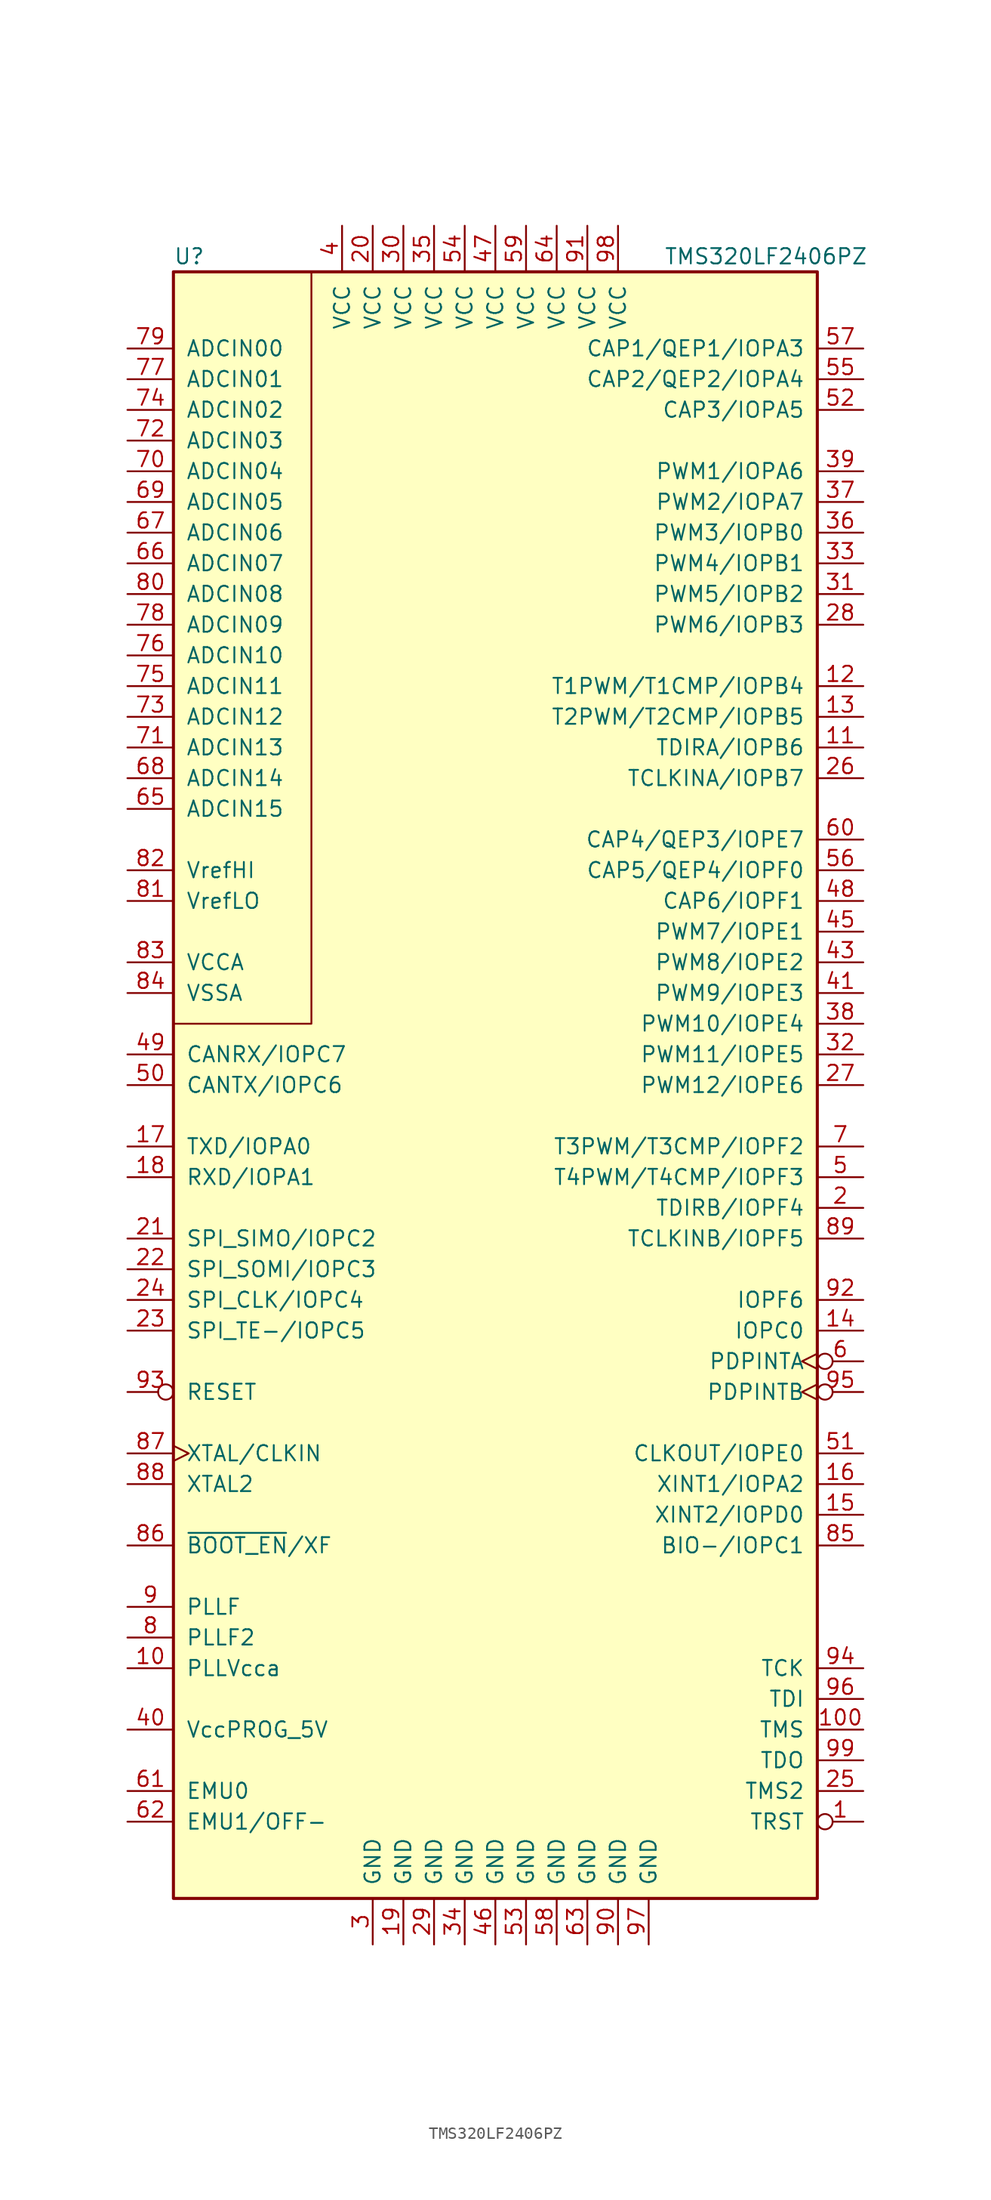
<source format=kicad_sym>
(kicad_symbol_lib
  (version 20201005)
  (generator kicad_symbol_editor)
  (symbol "DSP_Texas:TMS320LF2406PZ"
    (pin_names
      (offset 1.016))
    (property "Reference" "U"
      (at -26.67 66.04 0)
      (effects (font (size 1.27 1.27)) (justify left)))
    (property "Value" "TMS320LF2406PZ"
      (at 13.97 66.04 0)
      (effects (font (size 1.27 1.27)) (justify left)))
    (symbol "TMS320LF2406PZ_0_1"
      (rectangle (start -26.67 64.77) (end 26.67 -69.85) (stroke (width 0.254)) (fill (type background)))
      (polyline (pts (xy -15.24 64.77) (xy -15.24 2.54) (xy -22.86 2.54) (xy -26.67 2.54)) (stroke (width 0)) (fill (type none))))
    (symbol "TMS320LF2406PZ_1_1"
      (pin input inverted (at 30.48 -63.5 180) (length 3.81) (name "TRST" (effects (font (size 1.27 1.27)))) (number "1" (effects (font (size 1.27 1.27)))))
      (pin bidirectional line (at 30.48 -12.7 180) (length 3.81) (name "TDIRB/IOPF4" (effects (font (size 1.27 1.27)))) (number "2" (effects (font (size 1.27 1.27)))))
      (pin power_in line (at -10.16 -73.66 90) (length 3.81) (name "GND" (effects (font (size 1.27 1.27)))) (number "3" (effects (font (size 1.27 1.27)))))
      (pin power_in line (at -12.7 68.58 270) (length 3.81) (name "VCC" (effects (font (size 1.27 1.27)))) (number "4" (effects (font (size 1.27 1.27)))))
      (pin bidirectional line (at 30.48 -10.16 180) (length 3.81) (name "T4PWM/T4CMP/IOPF3" (effects (font (size 1.27 1.27)))) (number "5" (effects (font (size 1.27 1.27)))))
      (pin input inverted_clock (at 30.48 -25.4 180) (length 3.81) (name "PDPINTA" (effects (font (size 1.27 1.27)))) (number "6" (effects (font (size 1.27 1.27)))))
      (pin bidirectional line (at 30.48 -7.62 180) (length 3.81) (name "T3PWM/T3CMP/IOPF2" (effects (font (size 1.27 1.27)))) (number "7" (effects (font (size 1.27 1.27)))))
      (pin passive line (at -30.48 -48.26 0) (length 3.81) (name "PLLF2" (effects (font (size 1.27 1.27)))) (number "8" (effects (font (size 1.27 1.27)))))
      (pin passive line (at -30.48 -45.72 0) (length 3.81) (name "PLLF" (effects (font (size 1.27 1.27)))) (number "9" (effects (font (size 1.27 1.27)))))
      (pin passive line (at -30.48 -50.8 0) (length 3.81) (name "PLLVcca" (effects (font (size 1.27 1.27)))) (number "10" (effects (font (size 1.27 1.27)))))
      (pin power_in line (at -10.16 68.58 270) (length 3.81) (name "VCC" (effects (font (size 1.27 1.27)))) (number "20" (effects (font (size 1.27 1.27)))))
      (pin power_in line (at -7.62 68.58 270) (length 3.81) (name "VCC" (effects (font (size 1.27 1.27)))) (number "30" (effects (font (size 1.27 1.27)))))
      (pin passive line (at -30.48 -55.88 0) (length 3.81) (name "VccPROG_5V" (effects (font (size 1.27 1.27)))) (number "40" (effects (font (size 1.27 1.27)))))
      (pin bidirectional line (at -30.48 -2.54 0) (length 3.81) (name "CANTX/IOPC6" (effects (font (size 1.27 1.27)))) (number "50" (effects (font (size 1.27 1.27)))))
      (pin bidirectional line (at 30.48 17.78 180) (length 3.81) (name "CAP4/QEP3/IOPE7" (effects (font (size 1.27 1.27)))) (number "60" (effects (font (size 1.27 1.27)))))
      (pin input line (at -30.48 48.26 0) (length 3.81) (name "ADCIN04" (effects (font (size 1.27 1.27)))) (number "70" (effects (font (size 1.27 1.27)))))
      (pin input line (at -30.48 38.1 0) (length 3.81) (name "ADCIN08" (effects (font (size 1.27 1.27)))) (number "80" (effects (font (size 1.27 1.27)))))
      (pin power_in line (at 10.16 -73.66 90) (length 3.81) (name "GND" (effects (font (size 1.27 1.27)))) (number "90" (effects (font (size 1.27 1.27)))))
      (pin bidirectional line (at 30.48 25.4 180) (length 3.81) (name "TDIRA/IOPB6" (effects (font (size 1.27 1.27)))) (number "11" (effects (font (size 1.27 1.27)))))
      (pin bidirectional line (at -30.48 -15.24 0) (length 3.81) (name "SPI_SIMO/IOPC2" (effects (font (size 1.27 1.27)))) (number "21" (effects (font (size 1.27 1.27)))))
      (pin bidirectional line (at 30.48 38.1 180) (length 3.81) (name "PWM5/IOPB2" (effects (font (size 1.27 1.27)))) (number "31" (effects (font (size 1.27 1.27)))))
      (pin bidirectional line (at 30.48 5.08 180) (length 3.81) (name "PWM9/IOPE3" (effects (font (size 1.27 1.27)))) (number "41" (effects (font (size 1.27 1.27)))))
      (pin bidirectional line (at 30.48 -33.02 180) (length 3.81) (name "CLKOUT/IOPE0" (effects (font (size 1.27 1.27)))) (number "51" (effects (font (size 1.27 1.27)))))
      (pin bidirectional line (at -30.48 -60.96 0) (length 3.81) (name "EMU0" (effects (font (size 1.27 1.27)))) (number "61" (effects (font (size 1.27 1.27)))))
      (pin input line (at -30.48 25.4 0) (length 3.81) (name "ADCIN13" (effects (font (size 1.27 1.27)))) (number "71" (effects (font (size 1.27 1.27)))))
      (pin passive line (at -30.48 12.7 0) (length 3.81) (name "VrefLO" (effects (font (size 1.27 1.27)))) (number "81" (effects (font (size 1.27 1.27)))))
      (pin power_in line (at 7.62 68.58 270) (length 3.81) (name "VCC" (effects (font (size 1.27 1.27)))) (number "91" (effects (font (size 1.27 1.27)))))
      (pin bidirectional line (at 30.48 30.48 180) (length 3.81) (name "T1PWM/T1CMP/IOPB4" (effects (font (size 1.27 1.27)))) (number "12" (effects (font (size 1.27 1.27)))))
      (pin bidirectional line (at -30.48 -17.78 0) (length 3.81) (name "SPI_SOMI/IOPC3" (effects (font (size 1.27 1.27)))) (number "22" (effects (font (size 1.27 1.27)))))
      (pin bidirectional line (at 30.48 0 180) (length 3.81) (name "PWM11/IOPE5" (effects (font (size 1.27 1.27)))) (number "32" (effects (font (size 1.27 1.27)))))
      (pin bidirectional line (at 30.48 53.34 180) (length 3.81) (name "CAP3/IOPA5" (effects (font (size 1.27 1.27)))) (number "52" (effects (font (size 1.27 1.27)))))
      (pin bidirectional line (at -30.48 -63.5 0) (length 3.81) (name "EMU1/OFF-" (effects (font (size 1.27 1.27)))) (number "62" (effects (font (size 1.27 1.27)))))
      (pin input line (at -30.48 50.8 0) (length 3.81) (name "ADCIN03" (effects (font (size 1.27 1.27)))) (number "72" (effects (font (size 1.27 1.27)))))
      (pin passive line (at -30.48 15.24 0) (length 3.81) (name "VrefHI" (effects (font (size 1.27 1.27)))) (number "82" (effects (font (size 1.27 1.27)))))
      (pin bidirectional line (at 30.48 -20.32 180) (length 3.81) (name "IOPF6" (effects (font (size 1.27 1.27)))) (number "92" (effects (font (size 1.27 1.27)))))
      (pin bidirectional line (at 30.48 27.94 180) (length 3.81) (name "T2PWM/T2CMP/IOPB5" (effects (font (size 1.27 1.27)))) (number "13" (effects (font (size 1.27 1.27)))))
      (pin bidirectional line (at -30.48 -22.86 0) (length 3.81) (name "SPI_TE-/IOPC5" (effects (font (size 1.27 1.27)))) (number "23" (effects (font (size 1.27 1.27)))))
      (pin bidirectional line (at 30.48 40.64 180) (length 3.81) (name "PWM4/IOPB1" (effects (font (size 1.27 1.27)))) (number "33" (effects (font (size 1.27 1.27)))))
      (pin bidirectional line (at 30.48 7.62 180) (length 3.81) (name "PWM8/IOPE2" (effects (font (size 1.27 1.27)))) (number "43" (effects (font (size 1.27 1.27)))))
      (pin power_in line (at 2.54 -73.66 90) (length 3.81) (name "GND" (effects (font (size 1.27 1.27)))) (number "53" (effects (font (size 1.27 1.27)))))
      (pin power_in line (at 7.62 -73.66 90) (length 3.81) (name "GND" (effects (font (size 1.27 1.27)))) (number "63" (effects (font (size 1.27 1.27)))))
      (pin input line (at -30.48 27.94 0) (length 3.81) (name "ADCIN12" (effects (font (size 1.27 1.27)))) (number "73" (effects (font (size 1.27 1.27)))))
      (pin power_in line (at -30.48 7.62 0) (length 3.81) (name "VCCA" (effects (font (size 1.27 1.27)))) (number "83" (effects (font (size 1.27 1.27)))))
      (pin input inverted (at -30.48 -27.94 0) (length 3.81) (name "RESET" (effects (font (size 1.27 1.27)))) (number "93" (effects (font (size 1.27 1.27)))))
      (pin bidirectional line (at 30.48 -22.86 180) (length 3.81) (name "IOPC0" (effects (font (size 1.27 1.27)))) (number "14" (effects (font (size 1.27 1.27)))))
      (pin bidirectional line (at -30.48 -20.32 0) (length 3.81) (name "SPI_CLK/IOPC4" (effects (font (size 1.27 1.27)))) (number "24" (effects (font (size 1.27 1.27)))))
      (pin power_in line (at -2.54 -73.66 90) (length 3.81) (name "GND" (effects (font (size 1.27 1.27)))) (number "34" (effects (font (size 1.27 1.27)))))
      (pin power_in line (at -2.54 68.58 270) (length 3.81) (name "VCC" (effects (font (size 1.27 1.27)))) (number "54" (effects (font (size 1.27 1.27)))))
      (pin power_in line (at 5.08 68.58 270) (length 3.81) (name "VCC" (effects (font (size 1.27 1.27)))) (number "64" (effects (font (size 1.27 1.27)))))
      (pin input line (at -30.48 53.34 0) (length 3.81) (name "ADCIN02" (effects (font (size 1.27 1.27)))) (number "74" (effects (font (size 1.27 1.27)))))
      (pin power_in line (at -30.48 5.08 0) (length 3.81) (name "VSSA" (effects (font (size 1.27 1.27)))) (number "84" (effects (font (size 1.27 1.27)))))
      (pin input line (at 30.48 -50.8 180) (length 3.81) (name "TCK" (effects (font (size 1.27 1.27)))) (number "94" (effects (font (size 1.27 1.27)))))
      (pin bidirectional line (at 30.48 -38.1 180) (length 3.81) (name "XINT2/IOPD0" (effects (font (size 1.27 1.27)))) (number "15" (effects (font (size 1.27 1.27)))))
      (pin input line (at 30.48 -60.96 180) (length 3.81) (name "TMS2" (effects (font (size 1.27 1.27)))) (number "25" (effects (font (size 1.27 1.27)))))
      (pin power_in line (at -5.08 68.58 270) (length 3.81) (name "VCC" (effects (font (size 1.27 1.27)))) (number "35" (effects (font (size 1.27 1.27)))))
      (pin bidirectional line (at 30.48 10.16 180) (length 3.81) (name "PWM7/IOPE1" (effects (font (size 1.27 1.27)))) (number "45" (effects (font (size 1.27 1.27)))))
      (pin bidirectional line (at 30.48 55.88 180) (length 3.81) (name "CAP2/QEP2/IOPA4" (effects (font (size 1.27 1.27)))) (number "55" (effects (font (size 1.27 1.27)))))
      (pin input line (at -30.48 20.32 0) (length 3.81) (name "ADCIN15" (effects (font (size 1.27 1.27)))) (number "65" (effects (font (size 1.27 1.27)))))
      (pin input line (at -30.48 30.48 0) (length 3.81) (name "ADCIN11" (effects (font (size 1.27 1.27)))) (number "75" (effects (font (size 1.27 1.27)))))
      (pin bidirectional line (at 30.48 -40.64 180) (length 3.81) (name "BIO-/IOPC1" (effects (font (size 1.27 1.27)))) (number "85" (effects (font (size 1.27 1.27)))))
      (pin input inverted_clock (at 30.48 -27.94 180) (length 3.81) (name "PDPINTB" (effects (font (size 1.27 1.27)))) (number "95" (effects (font (size 1.27 1.27)))))
      (pin bidirectional line (at 30.48 -35.56 180) (length 3.81) (name "XINT1/IOPA2" (effects (font (size 1.27 1.27)))) (number "16" (effects (font (size 1.27 1.27)))))
      (pin passive line (at 30.48 22.86 180) (length 3.81) (name "TCLKINA/IOPB7" (effects (font (size 1.27 1.27)))) (number "26" (effects (font (size 1.27 1.27)))))
      (pin bidirectional line (at 30.48 43.18 180) (length 3.81) (name "PWM3/IOPB0" (effects (font (size 1.27 1.27)))) (number "36" (effects (font (size 1.27 1.27)))))
      (pin power_in line (at 0 -73.66 90) (length 3.81) (name "GND" (effects (font (size 1.27 1.27)))) (number "46" (effects (font (size 1.27 1.27)))))
      (pin passive line (at 30.48 15.24 180) (length 3.81) (name "CAP5/QEP4/IOPF0" (effects (font (size 1.27 1.27)))) (number "56" (effects (font (size 1.27 1.27)))))
      (pin input line (at -30.48 40.64 0) (length 3.81) (name "ADCIN07" (effects (font (size 1.27 1.27)))) (number "66" (effects (font (size 1.27 1.27)))))
      (pin input line (at -30.48 33.02 0) (length 3.81) (name "ADCIN10" (effects (font (size 1.27 1.27)))) (number "76" (effects (font (size 1.27 1.27)))))
      (pin output line (at -30.48 -40.64 0) (length 3.81) (name "~BOOT_EN~/XF" (effects (font (size 1.27 1.27)))) (number "86" (effects (font (size 1.27 1.27)))))
      (pin input line (at 30.48 -53.34 180) (length 3.81) (name "TDI" (effects (font (size 1.27 1.27)))) (number "96" (effects (font (size 1.27 1.27)))))
      (pin bidirectional line (at -30.48 -7.62 0) (length 3.81) (name "TXD/IOPA0" (effects (font (size 1.27 1.27)))) (number "17" (effects (font (size 1.27 1.27)))))
      (pin bidirectional line (at 30.48 -2.54 180) (length 3.81) (name "PWM12/IOPE6" (effects (font (size 1.27 1.27)))) (number "27" (effects (font (size 1.27 1.27)))))
      (pin bidirectional line (at 30.48 45.72 180) (length 3.81) (name "PWM2/IOPA7" (effects (font (size 1.27 1.27)))) (number "37" (effects (font (size 1.27 1.27)))))
      (pin power_in line (at 0 68.58 270) (length 3.81) (name "VCC" (effects (font (size 1.27 1.27)))) (number "47" (effects (font (size 1.27 1.27)))))
      (pin bidirectional line (at 30.48 58.42 180) (length 3.81) (name "CAP1/QEP1/IOPA3" (effects (font (size 1.27 1.27)))) (number "57" (effects (font (size 1.27 1.27)))))
      (pin input line (at -30.48 43.18 0) (length 3.81) (name "ADCIN06" (effects (font (size 1.27 1.27)))) (number "67" (effects (font (size 1.27 1.27)))))
      (pin input line (at -30.48 55.88 0) (length 3.81) (name "ADCIN01" (effects (font (size 1.27 1.27)))) (number "77" (effects (font (size 1.27 1.27)))))
      (pin input clock (at -30.48 -33.02 0) (length 3.81) (name "XTAL/CLKIN" (effects (font (size 1.27 1.27)))) (number "87" (effects (font (size 1.27 1.27)))))
      (pin power_in line (at 12.7 -73.66 90) (length 3.81) (name "GND" (effects (font (size 1.27 1.27)))) (number "97" (effects (font (size 1.27 1.27)))))
      (pin bidirectional line (at -30.48 -10.16 0) (length 3.81) (name "RXD/IOPA1" (effects (font (size 1.27 1.27)))) (number "18" (effects (font (size 1.27 1.27)))))
      (pin bidirectional line (at 30.48 35.56 180) (length 3.81) (name "PWM6/IOPB3" (effects (font (size 1.27 1.27)))) (number "28" (effects (font (size 1.27 1.27)))))
      (pin bidirectional line (at 30.48 2.54 180) (length 3.81) (name "PWM10/IOPE4" (effects (font (size 1.27 1.27)))) (number "38" (effects (font (size 1.27 1.27)))))
      (pin bidirectional line (at 30.48 12.7 180) (length 3.81) (name "CAP6/IOPF1" (effects (font (size 1.27 1.27)))) (number "48" (effects (font (size 1.27 1.27)))))
      (pin power_in line (at 5.08 -73.66 90) (length 3.81) (name "GND" (effects (font (size 1.27 1.27)))) (number "58" (effects (font (size 1.27 1.27)))))
      (pin input line (at -30.48 22.86 0) (length 3.81) (name "ADCIN14" (effects (font (size 1.27 1.27)))) (number "68" (effects (font (size 1.27 1.27)))))
      (pin input line (at -30.48 35.56 0) (length 3.81) (name "ADCIN09" (effects (font (size 1.27 1.27)))) (number "78" (effects (font (size 1.27 1.27)))))
      (pin output line (at -30.48 -35.56 0) (length 3.81) (name "XTAL2" (effects (font (size 1.27 1.27)))) (number "88" (effects (font (size 1.27 1.27)))))
      (pin power_in line (at 10.16 68.58 270) (length 3.81) (name "VCC" (effects (font (size 1.27 1.27)))) (number "98" (effects (font (size 1.27 1.27)))))
      (pin power_in line (at -7.62 -73.66 90) (length 3.81) (name "GND" (effects (font (size 1.27 1.27)))) (number "19" (effects (font (size 1.27 1.27)))))
      (pin power_in line (at -5.08 -73.66 90) (length 3.81) (name "GND" (effects (font (size 1.27 1.27)))) (number "29" (effects (font (size 1.27 1.27)))))
      (pin bidirectional line (at 30.48 48.26 180) (length 3.81) (name "PWM1/IOPA6" (effects (font (size 1.27 1.27)))) (number "39" (effects (font (size 1.27 1.27)))))
      (pin bidirectional line (at -30.48 0 0) (length 3.81) (name "CANRX/IOPC7" (effects (font (size 1.27 1.27)))) (number "49" (effects (font (size 1.27 1.27)))))
      (pin power_in line (at 2.54 68.58 270) (length 3.81) (name "VCC" (effects (font (size 1.27 1.27)))) (number "59" (effects (font (size 1.27 1.27)))))
      (pin input line (at -30.48 45.72 0) (length 3.81) (name "ADCIN05" (effects (font (size 1.27 1.27)))) (number "69" (effects (font (size 1.27 1.27)))))
      (pin input line (at -30.48 58.42 0) (length 3.81) (name "ADCIN00" (effects (font (size 1.27 1.27)))) (number "79" (effects (font (size 1.27 1.27)))))
      (pin bidirectional line (at 30.48 -15.24 180) (length 3.81) (name "TCLKINB/IOPF5" (effects (font (size 1.27 1.27)))) (number "89" (effects (font (size 1.27 1.27)))))
      (pin output line (at 30.48 -58.42 180) (length 3.81) (name "TDO" (effects (font (size 1.27 1.27)))) (number "99" (effects (font (size 1.27 1.27)))))
      (pin input line (at 30.48 -55.88 180) (length 3.81) (name "TMS" (effects (font (size 1.27 1.27)))) (number "100" (effects (font (size 1.27 1.27))))))))
</source>
